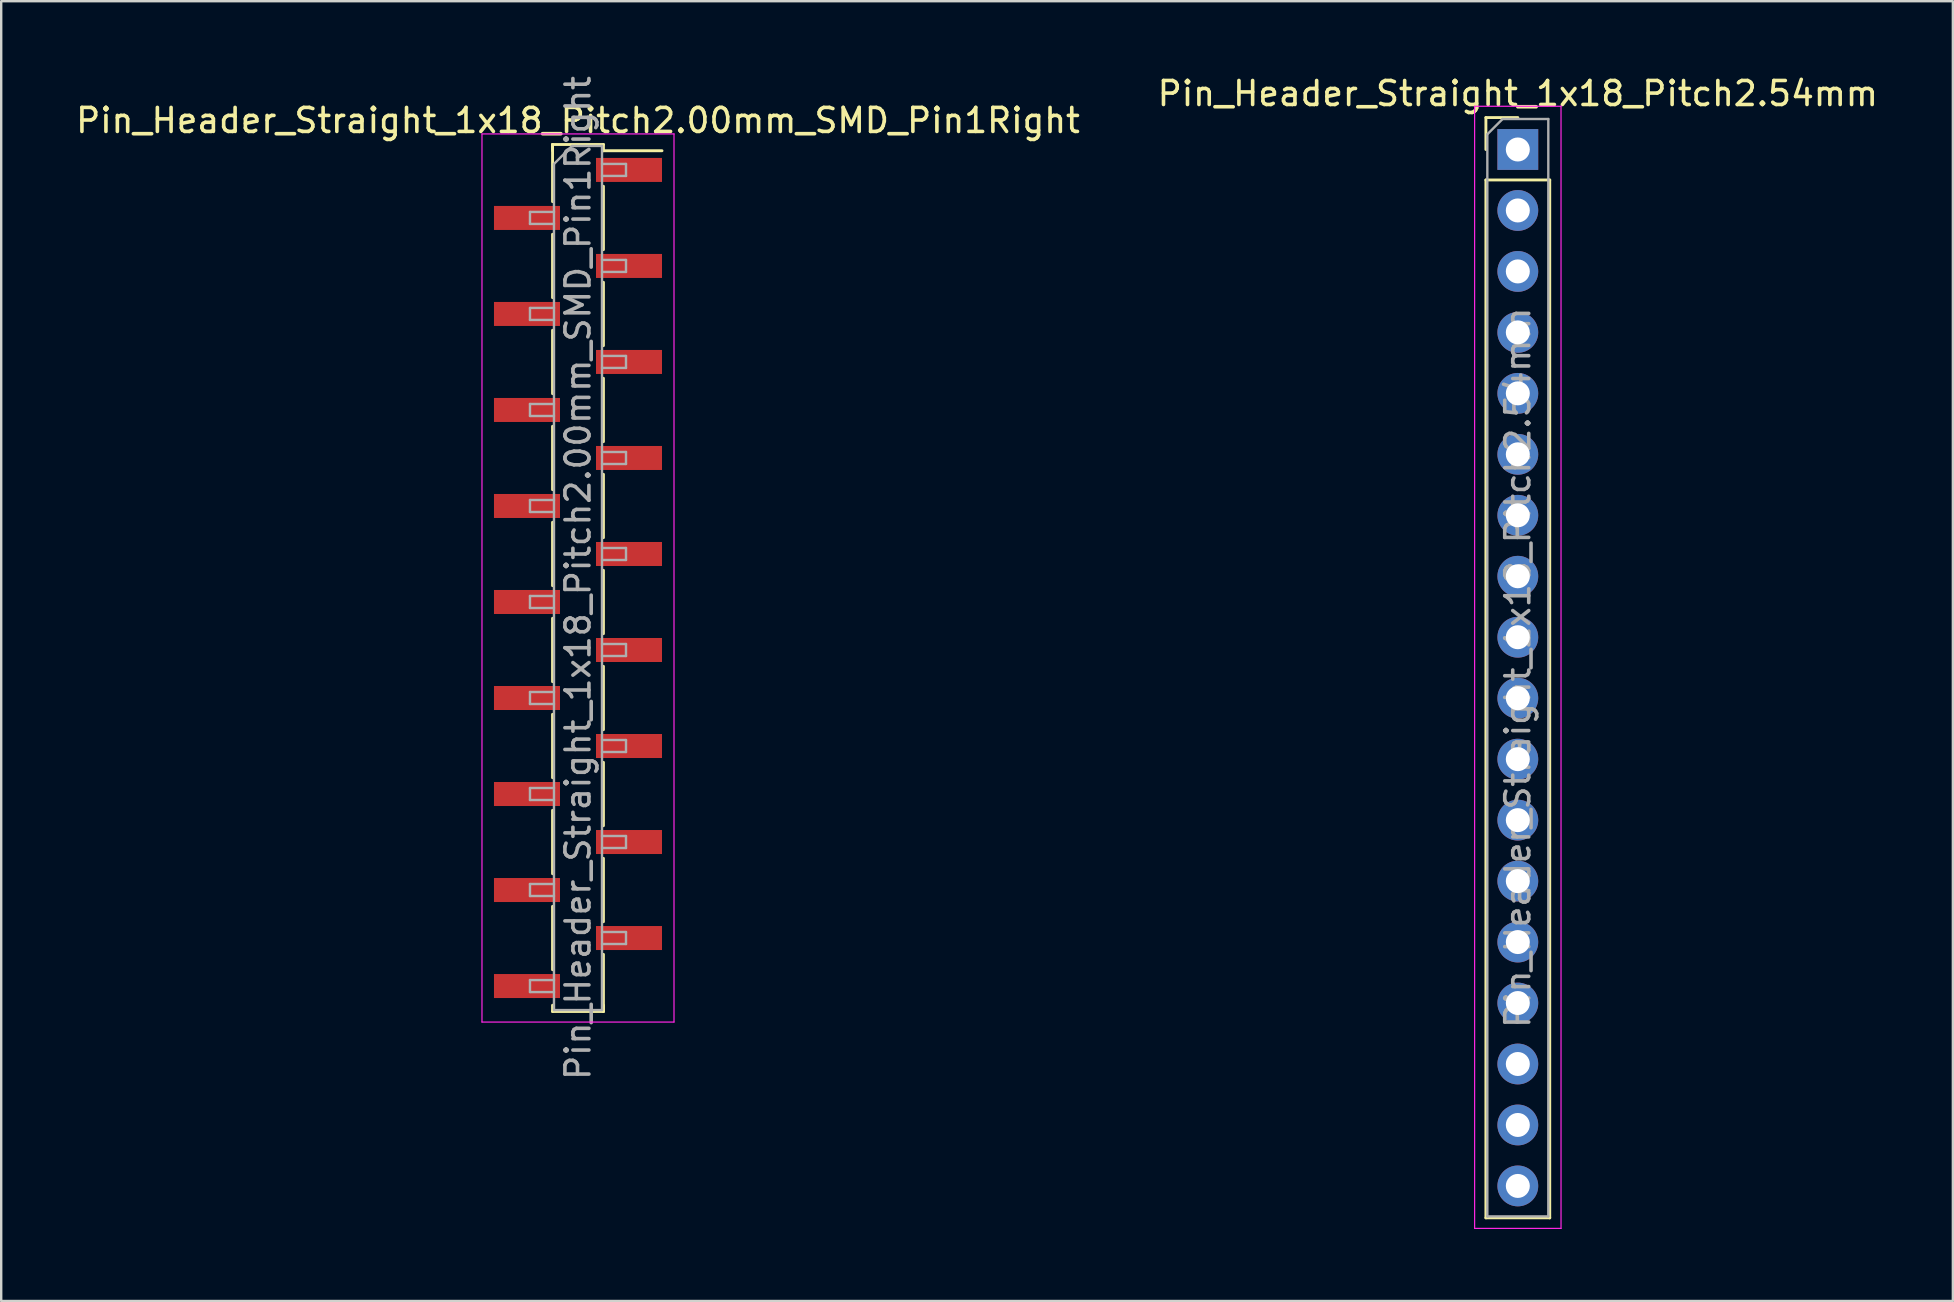
<source format=kicad_pcb>
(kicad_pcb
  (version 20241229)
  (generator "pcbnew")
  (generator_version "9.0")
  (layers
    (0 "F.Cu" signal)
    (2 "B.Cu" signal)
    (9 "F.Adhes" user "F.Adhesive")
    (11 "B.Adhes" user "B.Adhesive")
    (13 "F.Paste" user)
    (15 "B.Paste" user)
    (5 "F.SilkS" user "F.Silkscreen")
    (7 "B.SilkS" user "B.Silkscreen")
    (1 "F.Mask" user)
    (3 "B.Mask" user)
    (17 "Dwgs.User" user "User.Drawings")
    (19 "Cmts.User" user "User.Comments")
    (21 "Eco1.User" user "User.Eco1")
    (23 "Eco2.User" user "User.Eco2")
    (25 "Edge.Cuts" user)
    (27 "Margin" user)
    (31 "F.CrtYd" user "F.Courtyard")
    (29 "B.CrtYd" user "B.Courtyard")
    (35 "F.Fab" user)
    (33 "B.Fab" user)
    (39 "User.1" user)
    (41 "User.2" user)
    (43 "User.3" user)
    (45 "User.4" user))
  (footprint "Pin_Header_Straight_1x18_Pitch2.54mm"
    (layer "F.Cu")
    (at 60.185 3.178)
    (property "Reference" "Pin_Header_Straight_1x18_Pitch2.54mm" (at 0 -2.33 0) (layer "F.SilkS") (effects (font (size 1 1) (thickness 0.15))))
    (attr through_hole)
    (fp_line (start -1.33 -1.33) (end 0 -1.33) (stroke (width 0.12) (type solid)) (layer "F.SilkS"))
    (fp_line (start -1.33 0) (end -1.33 -1.33) (stroke (width 0.12) (type solid)) (layer "F.SilkS"))
    (fp_line (start -1.33 1.27) (end -1.33 44.51) (stroke (width 0.12) (type solid)) (layer "F.SilkS"))
    (fp_line (start -1.33 44.51) (end 1.33 44.51) (stroke (width 0.12) (type solid)) (layer "F.SilkS"))
    (fp_line (start 1.33 1.27) (end -1.33 1.27) (stroke (width 0.12) (type solid)) (layer "F.SilkS"))
    (fp_line (start 1.33 44.51) (end 1.33 1.27) (stroke (width 0.12) (type solid)) (layer "F.SilkS"))
    (fp_line (start -1.8 -1.8) (end -1.8 44.95) (stroke (width 0.05) (type solid)) (layer "F.CrtYd"))
    (fp_line (start -1.8 44.95) (end 1.8 44.95) (stroke (width 0.05) (type solid)) (layer "F.CrtYd"))
    (fp_line (start 1.8 -1.8) (end -1.8 -1.8) (stroke (width 0.05) (type solid)) (layer "F.CrtYd"))
    (fp_line (start 1.8 44.95) (end 1.8 -1.8) (stroke (width 0.05) (type solid)) (layer "F.CrtYd"))
    (fp_line (start -1.27 -0.635) (end -0.635 -1.27) (stroke (width 0.1) (type solid)) (layer "F.Fab"))
    (fp_line (start -1.27 44.45) (end -1.27 -0.635) (stroke (width 0.1) (type solid)) (layer "F.Fab"))
    (fp_line (start -0.635 -1.27) (end 1.27 -1.27) (stroke (width 0.1) (type solid)) (layer "F.Fab"))
    (fp_line (start 1.27 -1.27) (end 1.27 44.45) (stroke (width 0.1) (type solid)) (layer "F.Fab"))
    (fp_line (start 1.27 44.45) (end -1.27 44.45) (stroke (width 0.1) (type solid)) (layer "F.Fab"))
    (fp_text user "${REFERENCE}" (at 0 21.59 90) (layer "F.Fab") (effects (font (size 1 1) (thickness 0.15))))
    (pad "1" thru_hole rect (at 0 0) (size 1.7 1.7) (drill 1) (layers "*.Cu" "*.Mask"))
    (pad "2" thru_hole oval (at 0 2.54) (size 1.7 1.7) (drill 1) (layers "*.Cu" "*.Mask"))
    (pad "3" thru_hole oval (at 0 5.08) (size 1.7 1.7) (drill 1) (layers "*.Cu" "*.Mask"))
    (pad "4" thru_hole oval (at 0 7.62) (size 1.7 1.7) (drill 1) (layers "*.Cu" "*.Mask"))
    (pad "5" thru_hole oval (at 0 10.16) (size 1.7 1.7) (drill 1) (layers "*.Cu" "*.Mask"))
    (pad "6" thru_hole oval (at 0 12.7) (size 1.7 1.7) (drill 1) (layers "*.Cu" "*.Mask"))
    (pad "7" thru_hole oval (at 0 15.24) (size 1.7 1.7) (drill 1) (layers "*.Cu" "*.Mask"))
    (pad "8" thru_hole oval (at 0 17.78) (size 1.7 1.7) (drill 1) (layers "*.Cu" "*.Mask"))
    (pad "9" thru_hole oval (at 0 20.32) (size 1.7 1.7) (drill 1) (layers "*.Cu" "*.Mask"))
    (pad "10" thru_hole oval (at 0 22.86) (size 1.7 1.7) (drill 1) (layers "*.Cu" "*.Mask"))
    (pad "11" thru_hole oval (at 0 25.4) (size 1.7 1.7) (drill 1) (layers "*.Cu" "*.Mask"))
    (pad "12" thru_hole oval (at 0 27.94) (size 1.7 1.7) (drill 1) (layers "*.Cu" "*.Mask"))
    (pad "13" thru_hole oval (at 0 30.48) (size 1.7 1.7) (drill 1) (layers "*.Cu" "*.Mask"))
    (pad "14" thru_hole oval (at 0 33.02) (size 1.7 1.7) (drill 1) (layers "*.Cu" "*.Mask"))
    (pad "15" thru_hole oval (at 0 35.56) (size 1.7 1.7) (drill 1) (layers "*.Cu" "*.Mask"))
    (pad "16" thru_hole oval (at 0 38.1) (size 1.7 1.7) (drill 1) (layers "*.Cu" "*.Mask"))
    (pad "17" thru_hole oval (at 0 40.64) (size 1.7 1.7) (drill 1) (layers "*.Cu" "*.Mask"))
    (pad "18" thru_hole oval (at 0 43.18) (size 1.7 1.7) (drill 1) (layers "*.Cu" "*.Mask")))
  (footprint "Pin_Header_Straight_1x18_Pitch2.00mm_SMD_Pin1Right"
    (layer "F.Cu")
    (at 21.03 21.03)
    (property "Reference" "Pin_Header_Straight_1x18_Pitch2.00mm_SMD_Pin1Right" (at 0 -19.06 0) (layer "F.SilkS") (effects (font (size 1 1) (thickness 0.15))))
    (attr smd)
    (fp_line (start -1.06 -18.06) (end -1.06 -15.68) (stroke (width 0.12) (type solid)) (layer "F.SilkS"))
    (fp_line (start -1.06 -18.06) (end 1.06 -18.06) (stroke (width 0.12) (type solid)) (layer "F.SilkS"))
    (fp_line (start -1.06 -17.8) (end -1.06 -18.06) (stroke (width 0.12) (type solid)) (layer "F.SilkS"))
    (fp_line (start -1.06 -14.32) (end -1.06 -11.68) (stroke (width 0.12) (type solid)) (layer "F.SilkS"))
    (fp_line (start -1.06 -10.32) (end -1.06 -7.68) (stroke (width 0.12) (type solid)) (layer "F.SilkS"))
    (fp_line (start -1.06 -6.32) (end -1.06 -3.68) (stroke (width 0.12) (type solid)) (layer "F.SilkS"))
    (fp_line (start -1.06 -2.32) (end -1.06 0.32) (stroke (width 0.12) (type solid)) (layer "F.SilkS"))
    (fp_line (start -1.06 1.68) (end -1.06 4.32) (stroke (width 0.12) (type solid)) (layer "F.SilkS"))
    (fp_line (start -1.06 5.68) (end -1.06 8.32) (stroke (width 0.12) (type solid)) (layer "F.SilkS"))
    (fp_line (start -1.06 9.68) (end -1.06 12.32) (stroke (width 0.12) (type solid)) (layer "F.SilkS"))
    (fp_line (start -1.06 13.68) (end -1.06 16.32) (stroke (width 0.12) (type solid)) (layer "F.SilkS"))
    (fp_line (start -1.06 17.8) (end -1.06 18.06) (stroke (width 0.12) (type solid)) (layer "F.SilkS"))
    (fp_line (start -1.06 18.06) (end 1.06 18.06) (stroke (width 0.12) (type solid)) (layer "F.SilkS"))
    (fp_line (start 1.06 -18.06) (end 1.06 -17.8) (stroke (width 0.12) (type solid)) (layer "F.SilkS"))
    (fp_line (start 1.06 -17.8) (end 3.5 -17.8) (stroke (width 0.12) (type solid)) (layer "F.SilkS"))
    (fp_line (start 1.06 -16.32) (end 1.06 -13.68) (stroke (width 0.12) (type solid)) (layer "F.SilkS"))
    (fp_line (start 1.06 -12.32) (end 1.06 -9.68) (stroke (width 0.12) (type solid)) (layer "F.SilkS"))
    (fp_line (start 1.06 -8.32) (end 1.06 -5.68) (stroke (width 0.12) (type solid)) (layer "F.SilkS"))
    (fp_line (start 1.06 -4.32) (end 1.06 -1.68) (stroke (width 0.12) (type solid)) (layer "F.SilkS"))
    (fp_line (start 1.06 -0.32) (end 1.06 2.32) (stroke (width 0.12) (type solid)) (layer "F.SilkS"))
    (fp_line (start 1.06 3.68) (end 1.06 6.32) (stroke (width 0.12) (type solid)) (layer "F.SilkS"))
    (fp_line (start 1.06 7.68) (end 1.06 10.32) (stroke (width 0.12) (type solid)) (layer "F.SilkS"))
    (fp_line (start 1.06 11.68) (end 1.06 14.32) (stroke (width 0.12) (type solid)) (layer "F.SilkS"))
    (fp_line (start 1.06 15.68) (end 1.06 18.06) (stroke (width 0.12) (type solid)) (layer "F.SilkS"))
    (fp_line (start 1.06 18.06) (end 1.06 17.8) (stroke (width 0.12) (type solid)) (layer "F.SilkS"))
    (fp_line (start -4 -18.5) (end -4 18.5) (stroke (width 0.05) (type solid)) (layer "F.CrtYd"))
    (fp_line (start -4 18.5) (end 4 18.5) (stroke (width 0.05) (type solid)) (layer "F.CrtYd"))
    (fp_line (start 4 -18.5) (end -4 -18.5) (stroke (width 0.05) (type solid)) (layer "F.CrtYd"))
    (fp_line (start 4 18.5) (end 4 -18.5) (stroke (width 0.05) (type solid)) (layer "F.CrtYd"))
    (fp_line (start -2 -15.25) (end -2 -14.75) (stroke (width 0.1) (type solid)) (layer "F.Fab"))
    (fp_line (start -2 -14.75) (end -1 -14.75) (stroke (width 0.1) (type solid)) (layer "F.Fab"))
    (fp_line (start -2 -11.25) (end -2 -10.75) (stroke (width 0.1) (type solid)) (layer "F.Fab"))
    (fp_line (start -2 -10.75) (end -1 -10.75) (stroke (width 0.1) (type solid)) (layer "F.Fab"))
    (fp_line (start -2 -7.25) (end -2 -6.75) (stroke (width 0.1) (type solid)) (layer "F.Fab"))
    (fp_line (start -2 -6.75) (end -1 -6.75) (stroke (width 0.1) (type solid)) (layer "F.Fab"))
    (fp_line (start -2 -3.25) (end -2 -2.75) (stroke (width 0.1) (type solid)) (layer "F.Fab"))
    (fp_line (start -2 -2.75) (end -1 -2.75) (stroke (width 0.1) (type solid)) (layer "F.Fab"))
    (fp_line (start -2 0.75) (end -2 1.25) (stroke (width 0.1) (type solid)) (layer "F.Fab"))
    (fp_line (start -2 1.25) (end -1 1.25) (stroke (width 0.1) (type solid)) (layer "F.Fab"))
    (fp_line (start -2 4.75) (end -2 5.25) (stroke (width 0.1) (type solid)) (layer "F.Fab"))
    (fp_line (start -2 5.25) (end -1 5.25) (stroke (width 0.1) (type solid)) (layer "F.Fab"))
    (fp_line (start -2 8.75) (end -2 9.25) (stroke (width 0.1) (type solid)) (layer "F.Fab"))
    (fp_line (start -2 9.25) (end -1 9.25) (stroke (width 0.1) (type solid)) (layer "F.Fab"))
    (fp_line (start -2 12.75) (end -2 13.25) (stroke (width 0.1) (type solid)) (layer "F.Fab"))
    (fp_line (start -2 13.25) (end -1 13.25) (stroke (width 0.1) (type solid)) (layer "F.Fab"))
    (fp_line (start -2 16.75) (end -2 17.25) (stroke (width 0.1) (type solid)) (layer "F.Fab"))
    (fp_line (start -2 17.25) (end -1 17.25) (stroke (width 0.1) (type solid)) (layer "F.Fab"))
    (fp_line (start -1 -17.25) (end -0.25 -18) (stroke (width 0.1) (type solid)) (layer "F.Fab"))
    (fp_line (start -1 -15.25) (end -2 -15.25) (stroke (width 0.1) (type solid)) (layer "F.Fab"))
    (fp_line (start -1 -11.25) (end -2 -11.25) (stroke (width 0.1) (type solid)) (layer "F.Fab"))
    (fp_line (start -1 -7.25) (end -2 -7.25) (stroke (width 0.1) (type solid)) (layer "F.Fab"))
    (fp_line (start -1 -3.25) (end -2 -3.25) (stroke (width 0.1) (type solid)) (layer "F.Fab"))
    (fp_line (start -1 0.75) (end -2 0.75) (stroke (width 0.1) (type solid)) (layer "F.Fab"))
    (fp_line (start -1 4.75) (end -2 4.75) (stroke (width 0.1) (type solid)) (layer "F.Fab"))
    (fp_line (start -1 8.75) (end -2 8.75) (stroke (width 0.1) (type solid)) (layer "F.Fab"))
    (fp_line (start -1 12.75) (end -2 12.75) (stroke (width 0.1) (type solid)) (layer "F.Fab"))
    (fp_line (start -1 16.75) (end -2 16.75) (stroke (width 0.1) (type solid)) (layer "F.Fab"))
    (fp_line (start -1 18) (end -1 -17.25) (stroke (width 0.1) (type solid)) (layer "F.Fab"))
    (fp_line (start -0.25 -18) (end 1 -18) (stroke (width 0.1) (type solid)) (layer "F.Fab"))
    (fp_line (start 1 -18) (end 1 18) (stroke (width 0.1) (type solid)) (layer "F.Fab"))
    (fp_line (start 1 -17.25) (end 2 -17.25) (stroke (width 0.1) (type solid)) (layer "F.Fab"))
    (fp_line (start 1 -13.25) (end 2 -13.25) (stroke (width 0.1) (type solid)) (layer "F.Fab"))
    (fp_line (start 1 -9.25) (end 2 -9.25) (stroke (width 0.1) (type solid)) (layer "F.Fab"))
    (fp_line (start 1 -5.25) (end 2 -5.25) (stroke (width 0.1) (type solid)) (layer "F.Fab"))
    (fp_line (start 1 -1.25) (end 2 -1.25) (stroke (width 0.1) (type solid)) (layer "F.Fab"))
    (fp_line (start 1 2.75) (end 2 2.75) (stroke (width 0.1) (type solid)) (layer "F.Fab"))
    (fp_line (start 1 6.75) (end 2 6.75) (stroke (width 0.1) (type solid)) (layer "F.Fab"))
    (fp_line (start 1 10.75) (end 2 10.75) (stroke (width 0.1) (type solid)) (layer "F.Fab"))
    (fp_line (start 1 14.75) (end 2 14.75) (stroke (width 0.1) (type solid)) (layer "F.Fab"))
    (fp_line (start 1 18) (end -1 18) (stroke (width 0.1) (type solid)) (layer "F.Fab"))
    (fp_line (start 2 -17.25) (end 2 -16.75) (stroke (width 0.1) (type solid)) (layer "F.Fab"))
    (fp_line (start 2 -16.75) (end 1 -16.75) (stroke (width 0.1) (type solid)) (layer "F.Fab"))
    (fp_line (start 2 -13.25) (end 2 -12.75) (stroke (width 0.1) (type solid)) (layer "F.Fab"))
    (fp_line (start 2 -12.75) (end 1 -12.75) (stroke (width 0.1) (type solid)) (layer "F.Fab"))
    (fp_line (start 2 -9.25) (end 2 -8.75) (stroke (width 0.1) (type solid)) (layer "F.Fab"))
    (fp_line (start 2 -8.75) (end 1 -8.75) (stroke (width 0.1) (type solid)) (layer "F.Fab"))
    (fp_line (start 2 -5.25) (end 2 -4.75) (stroke (width 0.1) (type solid)) (layer "F.Fab"))
    (fp_line (start 2 -4.75) (end 1 -4.75) (stroke (width 0.1) (type solid)) (layer "F.Fab"))
    (fp_line (start 2 -1.25) (end 2 -0.75) (stroke (width 0.1) (type solid)) (layer "F.Fab"))
    (fp_line (start 2 -0.75) (end 1 -0.75) (stroke (width 0.1) (type solid)) (layer "F.Fab"))
    (fp_line (start 2 2.75) (end 2 3.25) (stroke (width 0.1) (type solid)) (layer "F.Fab"))
    (fp_line (start 2 3.25) (end 1 3.25) (stroke (width 0.1) (type solid)) (layer "F.Fab"))
    (fp_line (start 2 6.75) (end 2 7.25) (stroke (width 0.1) (type solid)) (layer "F.Fab"))
    (fp_line (start 2 7.25) (end 1 7.25) (stroke (width 0.1) (type solid)) (layer "F.Fab"))
    (fp_line (start 2 10.75) (end 2 11.25) (stroke (width 0.1) (type solid)) (layer "F.Fab"))
    (fp_line (start 2 11.25) (end 1 11.25) (stroke (width 0.1) (type solid)) (layer "F.Fab"))
    (fp_line (start 2 14.75) (end 2 15.25) (stroke (width 0.1) (type solid)) (layer "F.Fab"))
    (fp_line (start 2 15.25) (end 1 15.25) (stroke (width 0.1) (type solid)) (layer "F.Fab"))
    (fp_text user "${REFERENCE}" (at 0 0 90) (layer "F.Fab") (effects (font (size 1 1) (thickness 0.15))))
    (pad "1" smd rect (at 2.125 -17) (size 2.75 1) (layers "F.Cu" "F.Mask" "F.Paste"))
    (pad "2" smd rect (at -2.125 -15) (size 2.75 1) (layers "F.Cu" "F.Mask" "F.Paste"))
    (pad "3" smd rect (at 2.125 -13) (size 2.75 1) (layers "F.Cu" "F.Mask" "F.Paste"))
    (pad "4" smd rect (at -2.125 -11) (size 2.75 1) (layers "F.Cu" "F.Mask" "F.Paste"))
    (pad "5" smd rect (at 2.125 -9) (size 2.75 1) (layers "F.Cu" "F.Mask" "F.Paste"))
    (pad "6" smd rect (at -2.125 -7) (size 2.75 1) (layers "F.Cu" "F.Mask" "F.Paste"))
    (pad "7" smd rect (at 2.125 -5) (size 2.75 1) (layers "F.Cu" "F.Mask" "F.Paste"))
    (pad "8" smd rect (at -2.125 -3) (size 2.75 1) (layers "F.Cu" "F.Mask" "F.Paste"))
    (pad "9" smd rect (at 2.125 -1) (size 2.75 1) (layers "F.Cu" "F.Mask" "F.Paste"))
    (pad "10" smd rect (at -2.125 1) (size 2.75 1) (layers "F.Cu" "F.Mask" "F.Paste"))
    (pad "11" smd rect (at 2.125 3) (size 2.75 1) (layers "F.Cu" "F.Mask" "F.Paste"))
    (pad "12" smd rect (at -2.125 5) (size 2.75 1) (layers "F.Cu" "F.Mask" "F.Paste"))
    (pad "13" smd rect (at 2.125 7) (size 2.75 1) (layers "F.Cu" "F.Mask" "F.Paste"))
    (pad "14" smd rect (at -2.125 9) (size 2.75 1) (layers "F.Cu" "F.Mask" "F.Paste"))
    (pad "15" smd rect (at 2.125 11) (size 2.75 1) (layers "F.Cu" "F.Mask" "F.Paste"))
    (pad "16" smd rect (at -2.125 13) (size 2.75 1) (layers "F.Cu" "F.Mask" "F.Paste"))
    (pad "17" smd rect (at 2.125 15) (size 2.75 1) (layers "F.Cu" "F.Mask" "F.Paste"))
    (pad "18" smd rect (at -2.125 17) (size 2.75 1) (layers "F.Cu" "F.Mask" "F.Paste")))
  (gr_rect
    (start -3 -3)
    (end 78.31 51.153)
    (stroke (width 0.1) (type default))
    (fill no)
    (layer "Edge.Cuts")))
</source>
